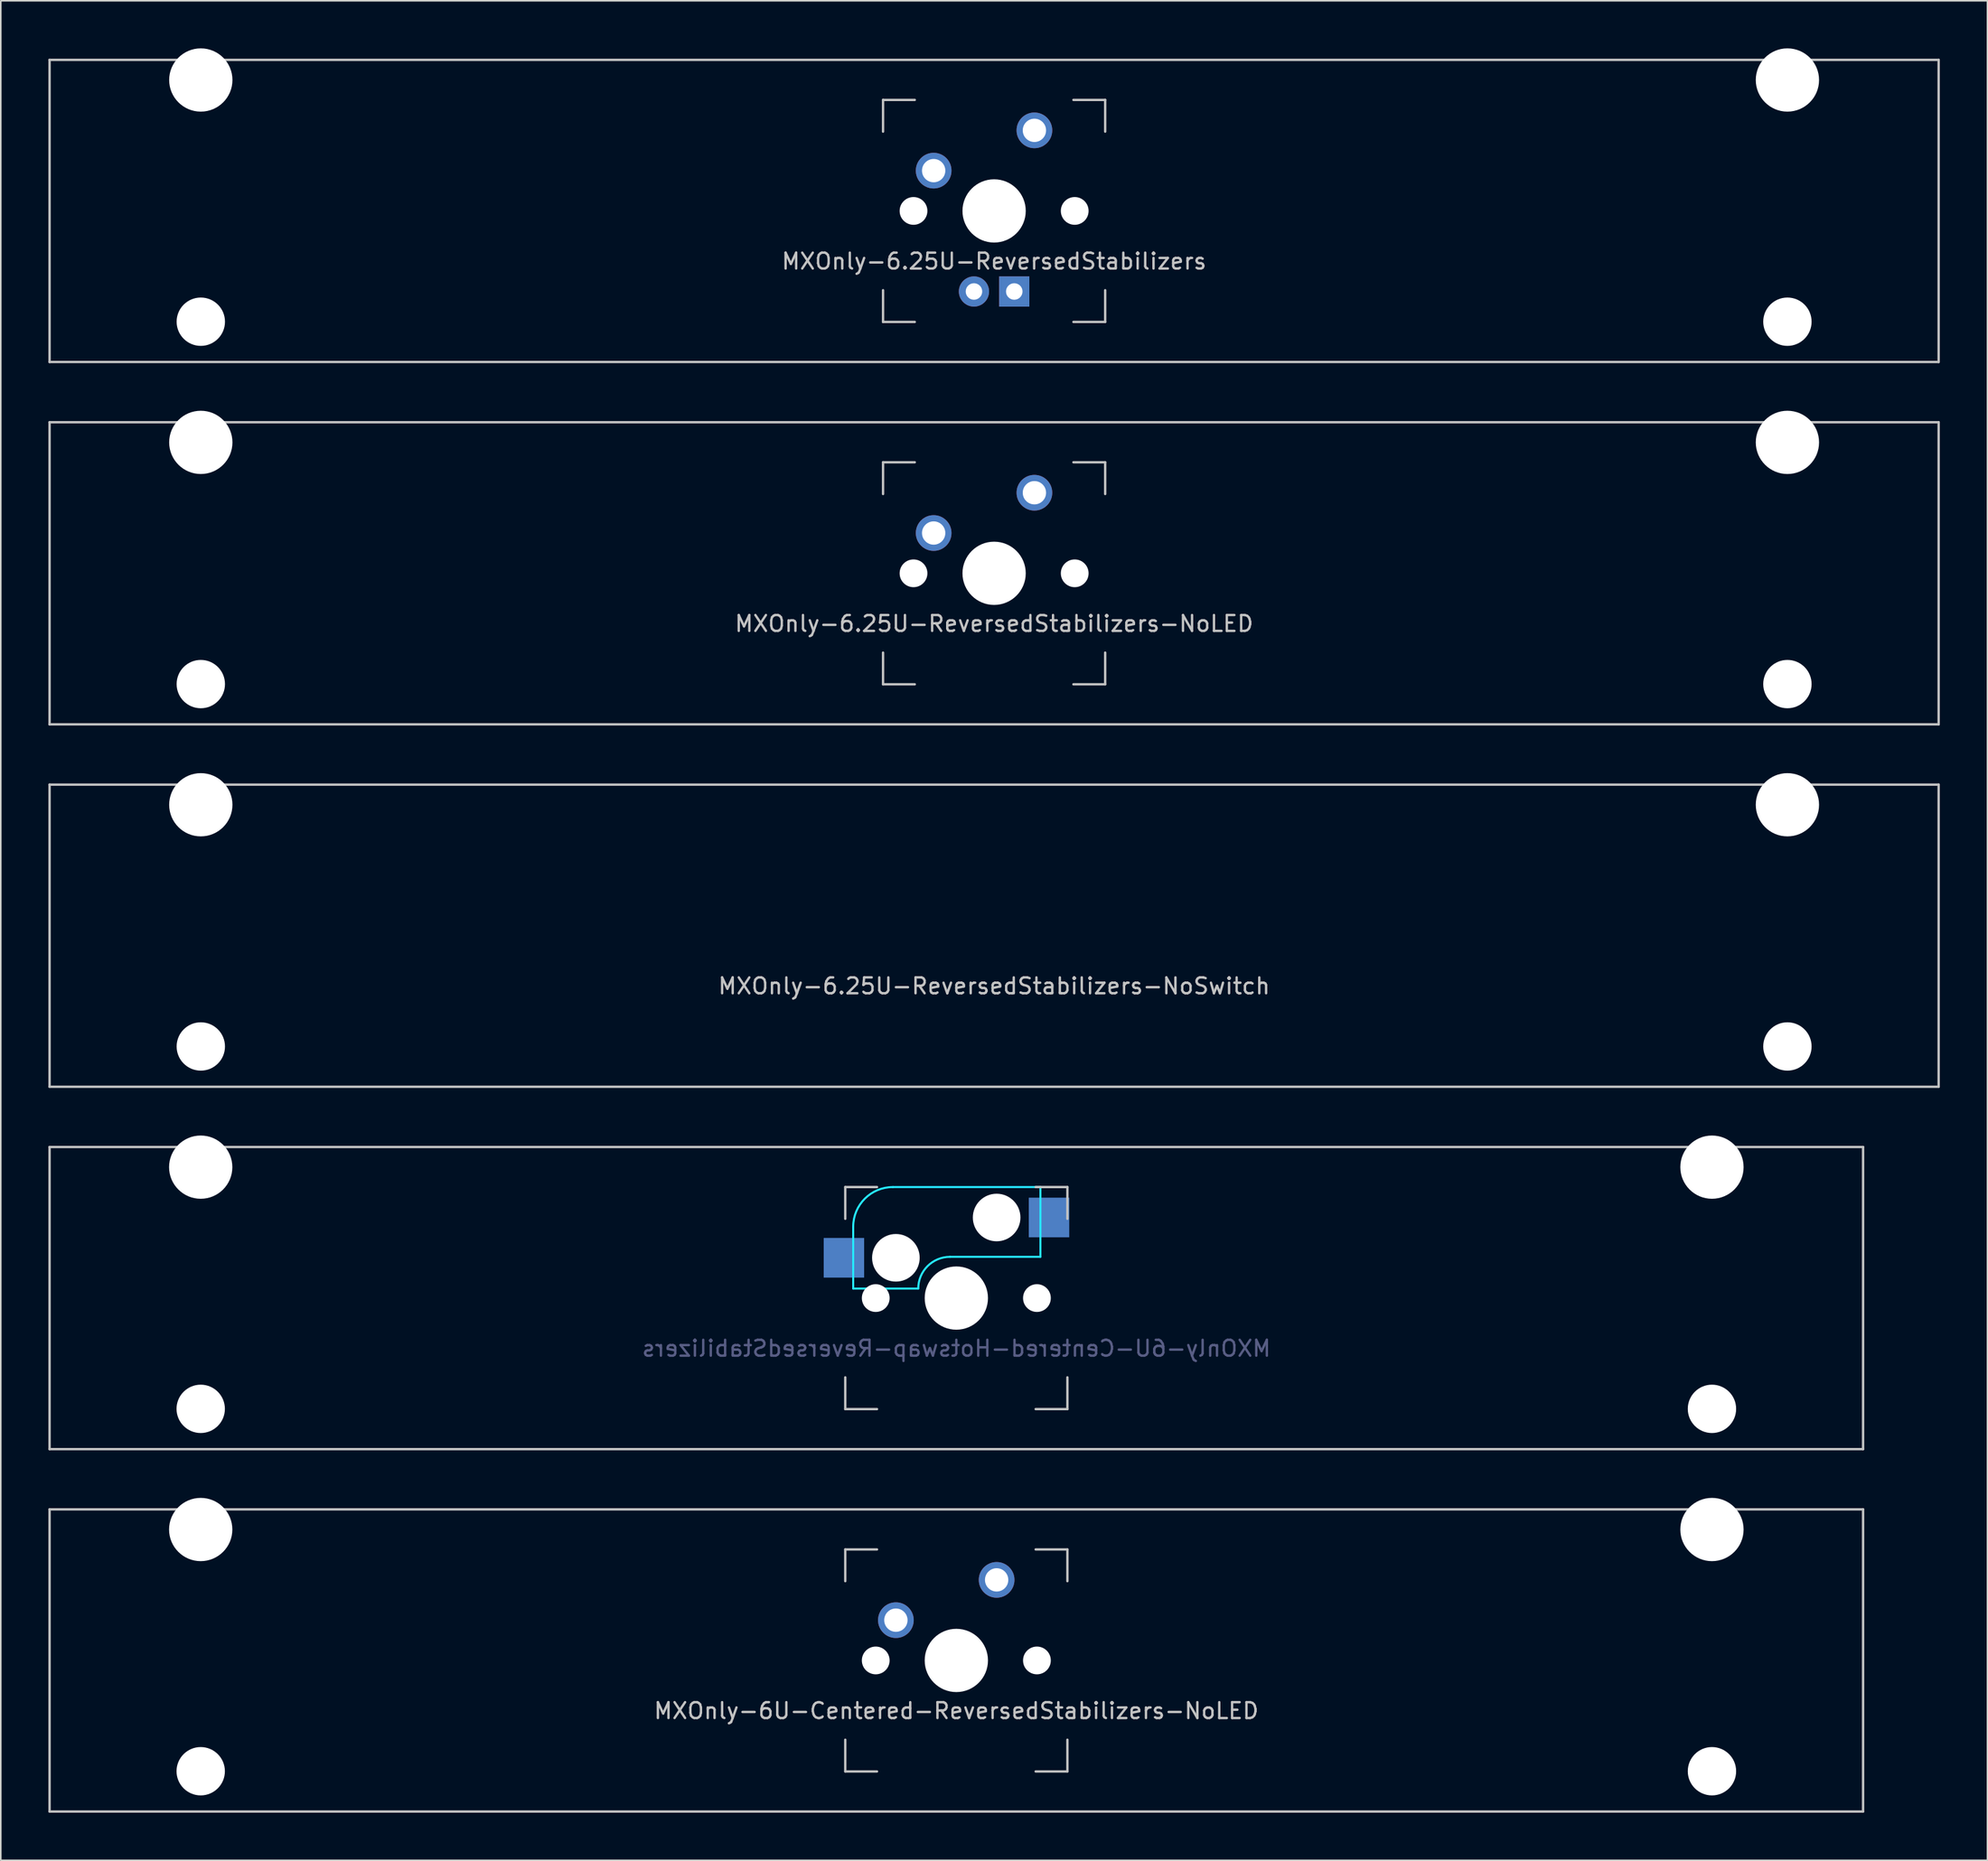
<source format=kicad_pcb>
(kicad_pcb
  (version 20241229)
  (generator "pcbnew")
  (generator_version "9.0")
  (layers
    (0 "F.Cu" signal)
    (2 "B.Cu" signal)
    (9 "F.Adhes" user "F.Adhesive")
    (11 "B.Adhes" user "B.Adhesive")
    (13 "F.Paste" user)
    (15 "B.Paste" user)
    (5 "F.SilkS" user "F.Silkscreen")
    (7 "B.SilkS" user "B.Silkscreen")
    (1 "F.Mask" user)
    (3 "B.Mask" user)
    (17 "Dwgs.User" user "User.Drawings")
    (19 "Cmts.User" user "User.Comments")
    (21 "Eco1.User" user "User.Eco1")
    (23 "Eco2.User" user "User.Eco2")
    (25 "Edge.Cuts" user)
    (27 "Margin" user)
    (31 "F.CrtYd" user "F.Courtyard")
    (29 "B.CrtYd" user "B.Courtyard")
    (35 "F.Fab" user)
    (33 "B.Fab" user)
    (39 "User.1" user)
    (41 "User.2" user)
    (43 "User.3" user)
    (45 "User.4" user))
  (footprint "MXOnly-6U-Centered-ReversedStabilizers-NoLED"
    (layer "F.Cu")
    (at 57.225 101.644)
    (property "Reference" "MXOnly-6U-Centered-ReversedStabilizers-NoLED" (at 0 3.175 0) (layer "Dwgs.User") (effects (font (size 1 1) (thickness 0.15))))
    (attr through_hole)
    (fp_line (start -57.15 -9.525) (end 57.15 -9.525) (stroke (width 0.15) (type solid)) (layer "Dwgs.User"))
    (fp_line (start -57.15 9.525) (end -57.15 -9.525) (stroke (width 0.15) (type solid)) (layer "Dwgs.User"))
    (fp_line (start -57.15 9.525) (end 57.15 9.525) (stroke (width 0.15) (type solid)) (layer "Dwgs.User"))
    (fp_line (start -7 -7) (end -7 -5) (stroke (width 0.15) (type solid)) (layer "Dwgs.User"))
    (fp_line (start -7 5) (end -7 7) (stroke (width 0.15) (type solid)) (layer "Dwgs.User"))
    (fp_line (start -7 7) (end -5 7) (stroke (width 0.15) (type solid)) (layer "Dwgs.User"))
    (fp_line (start -5 -7) (end -7 -7) (stroke (width 0.15) (type solid)) (layer "Dwgs.User"))
    (fp_line (start 5 -7) (end 7 -7) (stroke (width 0.15) (type solid)) (layer "Dwgs.User"))
    (fp_line (start 5 7) (end 7 7) (stroke (width 0.15) (type solid)) (layer "Dwgs.User"))
    (fp_line (start 7 -7) (end 7 -5) (stroke (width 0.15) (type solid)) (layer "Dwgs.User"))
    (fp_line (start 7 7) (end 7 5) (stroke (width 0.15) (type solid)) (layer "Dwgs.User"))
    (fp_line (start 57.15 -9.525) (end 57.15 9.525) (stroke (width 0.15) (type solid)) (layer "Dwgs.User"))
    (pad "" np_thru_hole circle (at -47.625 -8.255) (size 3.988 3.988) (drill 3.988) (layers "*.Cu" "*.Mask"))
    (pad "" np_thru_hole circle (at -47.625 6.985) (size 3.048 3.048) (drill 3.048) (layers "*.Cu" "*.Mask"))
    (pad "" np_thru_hole circle (at -5.08 0 48.1) (size 1.75 1.75) (drill 1.75) (layers "*.Cu" "*.Mask"))
    (pad "" np_thru_hole circle (at 0 0) (size 3.988 3.988) (drill 3.988) (layers "*.Cu" "*.Mask"))
    (pad "" np_thru_hole circle (at 5.08 0 48.1) (size 1.75 1.75) (drill 1.75) (layers "*.Cu" "*.Mask"))
    (pad "" np_thru_hole circle (at 47.625 -8.255) (size 3.988 3.988) (drill 3.988) (layers "*.Cu" "*.Mask"))
    (pad "" np_thru_hole circle (at 47.625 6.985) (size 3.048 3.048) (drill 3.048) (layers "*.Cu" "*.Mask"))
    (pad "1" thru_hole circle (at -3.81 -2.54) (size 2.25 2.25) (drill 1.47) (layers "*.Cu" "B.Mask"))
    (pad "2" thru_hole circle (at 2.54 -5.08) (size 2.25 2.25) (drill 1.47) (layers "*.Cu" "B.Mask")))
  (footprint "MXOnly-6.25U-ReversedStabilizers"
    (layer "F.Cu")
    (at 59.606 10.249)
    (property "Reference" "MXOnly-6.25U-ReversedStabilizers" (at 0 3.175 0) (layer "Dwgs.User") (effects (font (size 1 1) (thickness 0.15))))
    (attr through_hole)
    (fp_line (start -59.531 -9.525) (end 59.531 -9.525) (stroke (width 0.15) (type solid)) (layer "Dwgs.User"))
    (fp_line (start -59.531 9.525) (end -59.531 -9.525) (stroke (width 0.15) (type solid)) (layer "Dwgs.User"))
    (fp_line (start -59.531 9.525) (end 59.531 9.525) (stroke (width 0.15) (type solid)) (layer "Dwgs.User"))
    (fp_line (start -7 -7) (end -7 -5) (stroke (width 0.15) (type solid)) (layer "Dwgs.User"))
    (fp_line (start -7 5) (end -7 7) (stroke (width 0.15) (type solid)) (layer "Dwgs.User"))
    (fp_line (start -7 7) (end -5 7) (stroke (width 0.15) (type solid)) (layer "Dwgs.User"))
    (fp_line (start -5 -7) (end -7 -7) (stroke (width 0.15) (type solid)) (layer "Dwgs.User"))
    (fp_line (start 5 -7) (end 7 -7) (stroke (width 0.15) (type solid)) (layer "Dwgs.User"))
    (fp_line (start 5 7) (end 7 7) (stroke (width 0.15) (type solid)) (layer "Dwgs.User"))
    (fp_line (start 7 -7) (end 7 -5) (stroke (width 0.15) (type solid)) (layer "Dwgs.User"))
    (fp_line (start 7 7) (end 7 5) (stroke (width 0.15) (type solid)) (layer "Dwgs.User"))
    (fp_line (start 59.531 -9.525) (end 59.531 9.525) (stroke (width 0.15) (type solid)) (layer "Dwgs.User"))
    (pad "" np_thru_hole circle (at -50 -8.255) (size 3.988 3.988) (drill 3.988) (layers "*.Cu" "*.Mask"))
    (pad "" np_thru_hole circle (at -50 6.985) (size 3.048 3.048) (drill 3.048) (layers "*.Cu" "*.Mask"))
    (pad "" np_thru_hole circle (at -5.08 0 48.1) (size 1.75 1.75) (drill 1.75) (layers "*.Cu" "*.Mask"))
    (pad "" np_thru_hole circle (at 0 0) (size 3.988 3.988) (drill 3.988) (layers "*.Cu" "*.Mask"))
    (pad "" np_thru_hole circle (at 5.08 0 48.1) (size 1.75 1.75) (drill 1.75) (layers "*.Cu" "*.Mask"))
    (pad "" np_thru_hole circle (at 50 -8.255) (size 3.988 3.988) (drill 3.988) (layers "*.Cu" "*.Mask"))
    (pad "" np_thru_hole circle (at 50 6.985) (size 3.048 3.048) (drill 3.048) (layers "*.Cu" "*.Mask"))
    (pad "1" thru_hole circle (at -3.81 -2.54) (size 2.25 2.25) (drill 1.47) (layers "*.Cu" "B.Mask"))
    (pad "2" thru_hole circle (at 2.54 -5.08) (size 2.25 2.25) (drill 1.47) (layers "*.Cu" "B.Mask"))
    (pad "3" thru_hole circle (at -1.27 5.08) (size 1.905 1.905) (drill 1.04) (layers "*.Cu" "B.Mask"))
    (pad "4" thru_hole rect (at 1.27 5.08) (size 1.905 1.905) (drill 1.04) (layers "*.Cu" "B.Mask")))
  (footprint "MXOnly-6.25U-ReversedStabilizers-NoSwitch"
    (layer "F.Cu")
    (at 59.606 55.947)
    (property "Reference" "MXOnly-6.25U-ReversedStabilizers-NoSwitch" (at 0 3.175 0) (layer "Dwgs.User") (effects (font (size 1 1) (thickness 0.15))))
    (attr through_hole)
    (fp_line (start -59.531 -9.525) (end 59.531 -9.525) (stroke (width 0.15) (type solid)) (layer "Dwgs.User"))
    (fp_line (start -59.531 9.525) (end -59.531 -9.525) (stroke (width 0.15) (type solid)) (layer "Dwgs.User"))
    (fp_line (start -59.531 9.525) (end 59.531 9.525) (stroke (width 0.15) (type solid)) (layer "Dwgs.User"))
    (fp_line (start 59.531 -9.525) (end 59.531 9.525) (stroke (width 0.15) (type solid)) (layer "Dwgs.User"))
    (pad "" np_thru_hole circle (at -50 -8.255) (size 3.988 3.988) (drill 3.988) (layers "*.Cu" "*.Mask"))
    (pad "" np_thru_hole circle (at -50 6.985) (size 3.048 3.048) (drill 3.048) (layers "*.Cu" "*.Mask"))
    (pad "" np_thru_hole circle (at 50 -8.255) (size 3.988 3.988) (drill 3.988) (layers "*.Cu" "*.Mask"))
    (pad "" np_thru_hole circle (at 50 6.985) (size 3.048 3.048) (drill 3.048) (layers "*.Cu" "*.Mask")))
  (footprint "MXOnly-6U-Centered-Hotswap-ReversedStabilizers"
    (layer "F.Cu")
    (at 57.225 78.796)
    (property "Reference" "MXOnly-6U-Centered-Hotswap-ReversedStabilizers" (at 0 3.175 0) (layer "B.Fab") (effects (font (size 1 1) (thickness 0.15)) (justify mirror)))
    (attr through_hole)
    (fp_line (start -57.15 -9.525) (end 57.15 -9.525) (stroke (width 0.15) (type solid)) (layer "Dwgs.User"))
    (fp_line (start -57.15 9.525) (end -57.15 -9.525) (stroke (width 0.15) (type solid)) (layer "Dwgs.User"))
    (fp_line (start -57.15 9.525) (end 57.15 9.525) (stroke (width 0.15) (type solid)) (layer "Dwgs.User"))
    (fp_line (start -7 -7) (end -7 -5) (stroke (width 0.15) (type solid)) (layer "Dwgs.User"))
    (fp_line (start -7 5) (end -7 7) (stroke (width 0.15) (type solid)) (layer "Dwgs.User"))
    (fp_line (start -7 7) (end -5 7) (stroke (width 0.15) (type solid)) (layer "Dwgs.User"))
    (fp_line (start -5 -7) (end -7 -7) (stroke (width 0.15) (type solid)) (layer "Dwgs.User"))
    (fp_line (start 5 -7) (end 7 -7) (stroke (width 0.15) (type solid)) (layer "Dwgs.User"))
    (fp_line (start 5 7) (end 7 7) (stroke (width 0.15) (type solid)) (layer "Dwgs.User"))
    (fp_line (start 7 -7) (end 7 -5) (stroke (width 0.15) (type solid)) (layer "Dwgs.User"))
    (fp_line (start 7 7) (end 7 5) (stroke (width 0.15) (type solid)) (layer "Dwgs.User"))
    (fp_line (start 57.15 -9.525) (end 57.15 9.525) (stroke (width 0.15) (type solid)) (layer "Dwgs.User"))
    (fp_line (start -6.5 -4.5) (end -6.5 -0.6) (stroke (width 0.127) (type solid)) (layer "B.CrtYd"))
    (fp_line (start -6.5 -0.6) (end -2.4 -0.6) (stroke (width 0.127) (type solid)) (layer "B.CrtYd"))
    (fp_line (start -0.4 -2.6) (end 5.3 -2.6) (stroke (width 0.127) (type solid)) (layer "B.CrtYd"))
    (fp_line (start 5.3 -7) (end -4 -7) (stroke (width 0.127) (type solid)) (layer "B.CrtYd"))
    (fp_line (start 5.3 -7) (end 5.3 -2.6) (stroke (width 0.127) (type solid)) (layer "B.CrtYd"))
    (fp_arc (start -6.5 -4.5) (mid -5.767767 -6.267767) (end -4 -7) (stroke (width 0.127) (type solid)) (layer "B.CrtYd"))
    (fp_arc (start -2.4 -0.6) (mid -1.814214 -2.014214) (end -0.4 -2.6) (stroke (width 0.127) (type solid)) (layer "B.CrtYd"))
    (pad "" np_thru_hole circle (at -47.625 -8.255) (size 3.988 3.988) (drill 3.988) (layers "*.Cu" "*.Mask"))
    (pad "" np_thru_hole circle (at -47.625 6.985) (size 3.048 3.048) (drill 3.048) (layers "*.Cu" "*.Mask"))
    (pad "" np_thru_hole circle (at -5.08 0 48.1) (size 1.75 1.75) (drill 1.75) (layers "*.Cu" "*.Mask"))
    (pad "" np_thru_hole circle (at -3.81 -2.54) (size 3 3) (drill 3) (layers "*.Cu" "*.Mask"))
    (pad "" np_thru_hole circle (at 0 0) (size 3.988 3.988) (drill 3.988) (layers "*.Cu" "*.Mask"))
    (pad "" np_thru_hole circle (at 2.54 -5.08) (size 3 3) (drill 3) (layers "*.Cu" "*.Mask"))
    (pad "" np_thru_hole circle (at 5.08 0 48.1) (size 1.75 1.75) (drill 1.75) (layers "*.Cu" "*.Mask"))
    (pad "" np_thru_hole circle (at 47.625 -8.255) (size 3.988 3.988) (drill 3.988) (layers "*.Cu" "*.Mask"))
    (pad "" np_thru_hole circle (at 47.625 6.985) (size 3.048 3.048) (drill 3.048) (layers "*.Cu" "*.Mask"))
    (pad "1" smd rect (at -7.085 -2.54) (size 2.55 2.5) (layers "B.Cu" "B.Mask" "B.Paste"))
    (pad "2" smd rect (at 5.842 -5.08) (size 2.55 2.5) (layers "B.Cu" "B.Mask" "B.Paste")))
  (footprint "MXOnly-6.25U-ReversedStabilizers-NoLED"
    (layer "F.Cu")
    (at 59.606 33.098)
    (property "Reference" "MXOnly-6.25U-ReversedStabilizers-NoLED" (at 0 3.175 0) (layer "Dwgs.User") (effects (font (size 1 1) (thickness 0.15))))
    (attr through_hole)
    (fp_line (start -59.531 -9.525) (end 59.531 -9.525) (stroke (width 0.15) (type solid)) (layer "Dwgs.User"))
    (fp_line (start -59.531 9.525) (end -59.531 -9.525) (stroke (width 0.15) (type solid)) (layer "Dwgs.User"))
    (fp_line (start -59.531 9.525) (end 59.531 9.525) (stroke (width 0.15) (type solid)) (layer "Dwgs.User"))
    (fp_line (start -7 -7) (end -7 -5) (stroke (width 0.15) (type solid)) (layer "Dwgs.User"))
    (fp_line (start -7 5) (end -7 7) (stroke (width 0.15) (type solid)) (layer "Dwgs.User"))
    (fp_line (start -7 7) (end -5 7) (stroke (width 0.15) (type solid)) (layer "Dwgs.User"))
    (fp_line (start -5 -7) (end -7 -7) (stroke (width 0.15) (type solid)) (layer "Dwgs.User"))
    (fp_line (start 5 -7) (end 7 -7) (stroke (width 0.15) (type solid)) (layer "Dwgs.User"))
    (fp_line (start 5 7) (end 7 7) (stroke (width 0.15) (type solid)) (layer "Dwgs.User"))
    (fp_line (start 7 -7) (end 7 -5) (stroke (width 0.15) (type solid)) (layer "Dwgs.User"))
    (fp_line (start 7 7) (end 7 5) (stroke (width 0.15) (type solid)) (layer "Dwgs.User"))
    (fp_line (start 59.531 -9.525) (end 59.531 9.525) (stroke (width 0.15) (type solid)) (layer "Dwgs.User"))
    (pad "" np_thru_hole circle (at -50 -8.255) (size 3.988 3.988) (drill 3.988) (layers "*.Cu" "*.Mask"))
    (pad "" np_thru_hole circle (at -50 6.985) (size 3.048 3.048) (drill 3.048) (layers "*.Cu" "*.Mask"))
    (pad "" np_thru_hole circle (at -5.08 0 48.1) (size 1.75 1.75) (drill 1.75) (layers "*.Cu" "*.Mask"))
    (pad "" np_thru_hole circle (at 0 0) (size 3.988 3.988) (drill 3.988) (layers "*.Cu" "*.Mask"))
    (pad "" np_thru_hole circle (at 5.08 0 48.1) (size 1.75 1.75) (drill 1.75) (layers "*.Cu" "*.Mask"))
    (pad "" np_thru_hole circle (at 50 -8.255) (size 3.988 3.988) (drill 3.988) (layers "*.Cu" "*.Mask"))
    (pad "" np_thru_hole circle (at 50 6.985) (size 3.048 3.048) (drill 3.048) (layers "*.Cu" "*.Mask"))
    (pad "1" thru_hole circle (at -3.81 -2.54) (size 2.25 2.25) (drill 1.47) (layers "*.Cu" "B.Mask"))
    (pad "2" thru_hole circle (at 2.54 -5.08) (size 2.25 2.25) (drill 1.47) (layers "*.Cu" "B.Mask")))
  (gr_rect
    (start -3 -3)
    (end 122.213 114.245)
    (stroke (width 0.1) (type default))
    (fill no)
    (layer "Edge.Cuts")))
</source>
